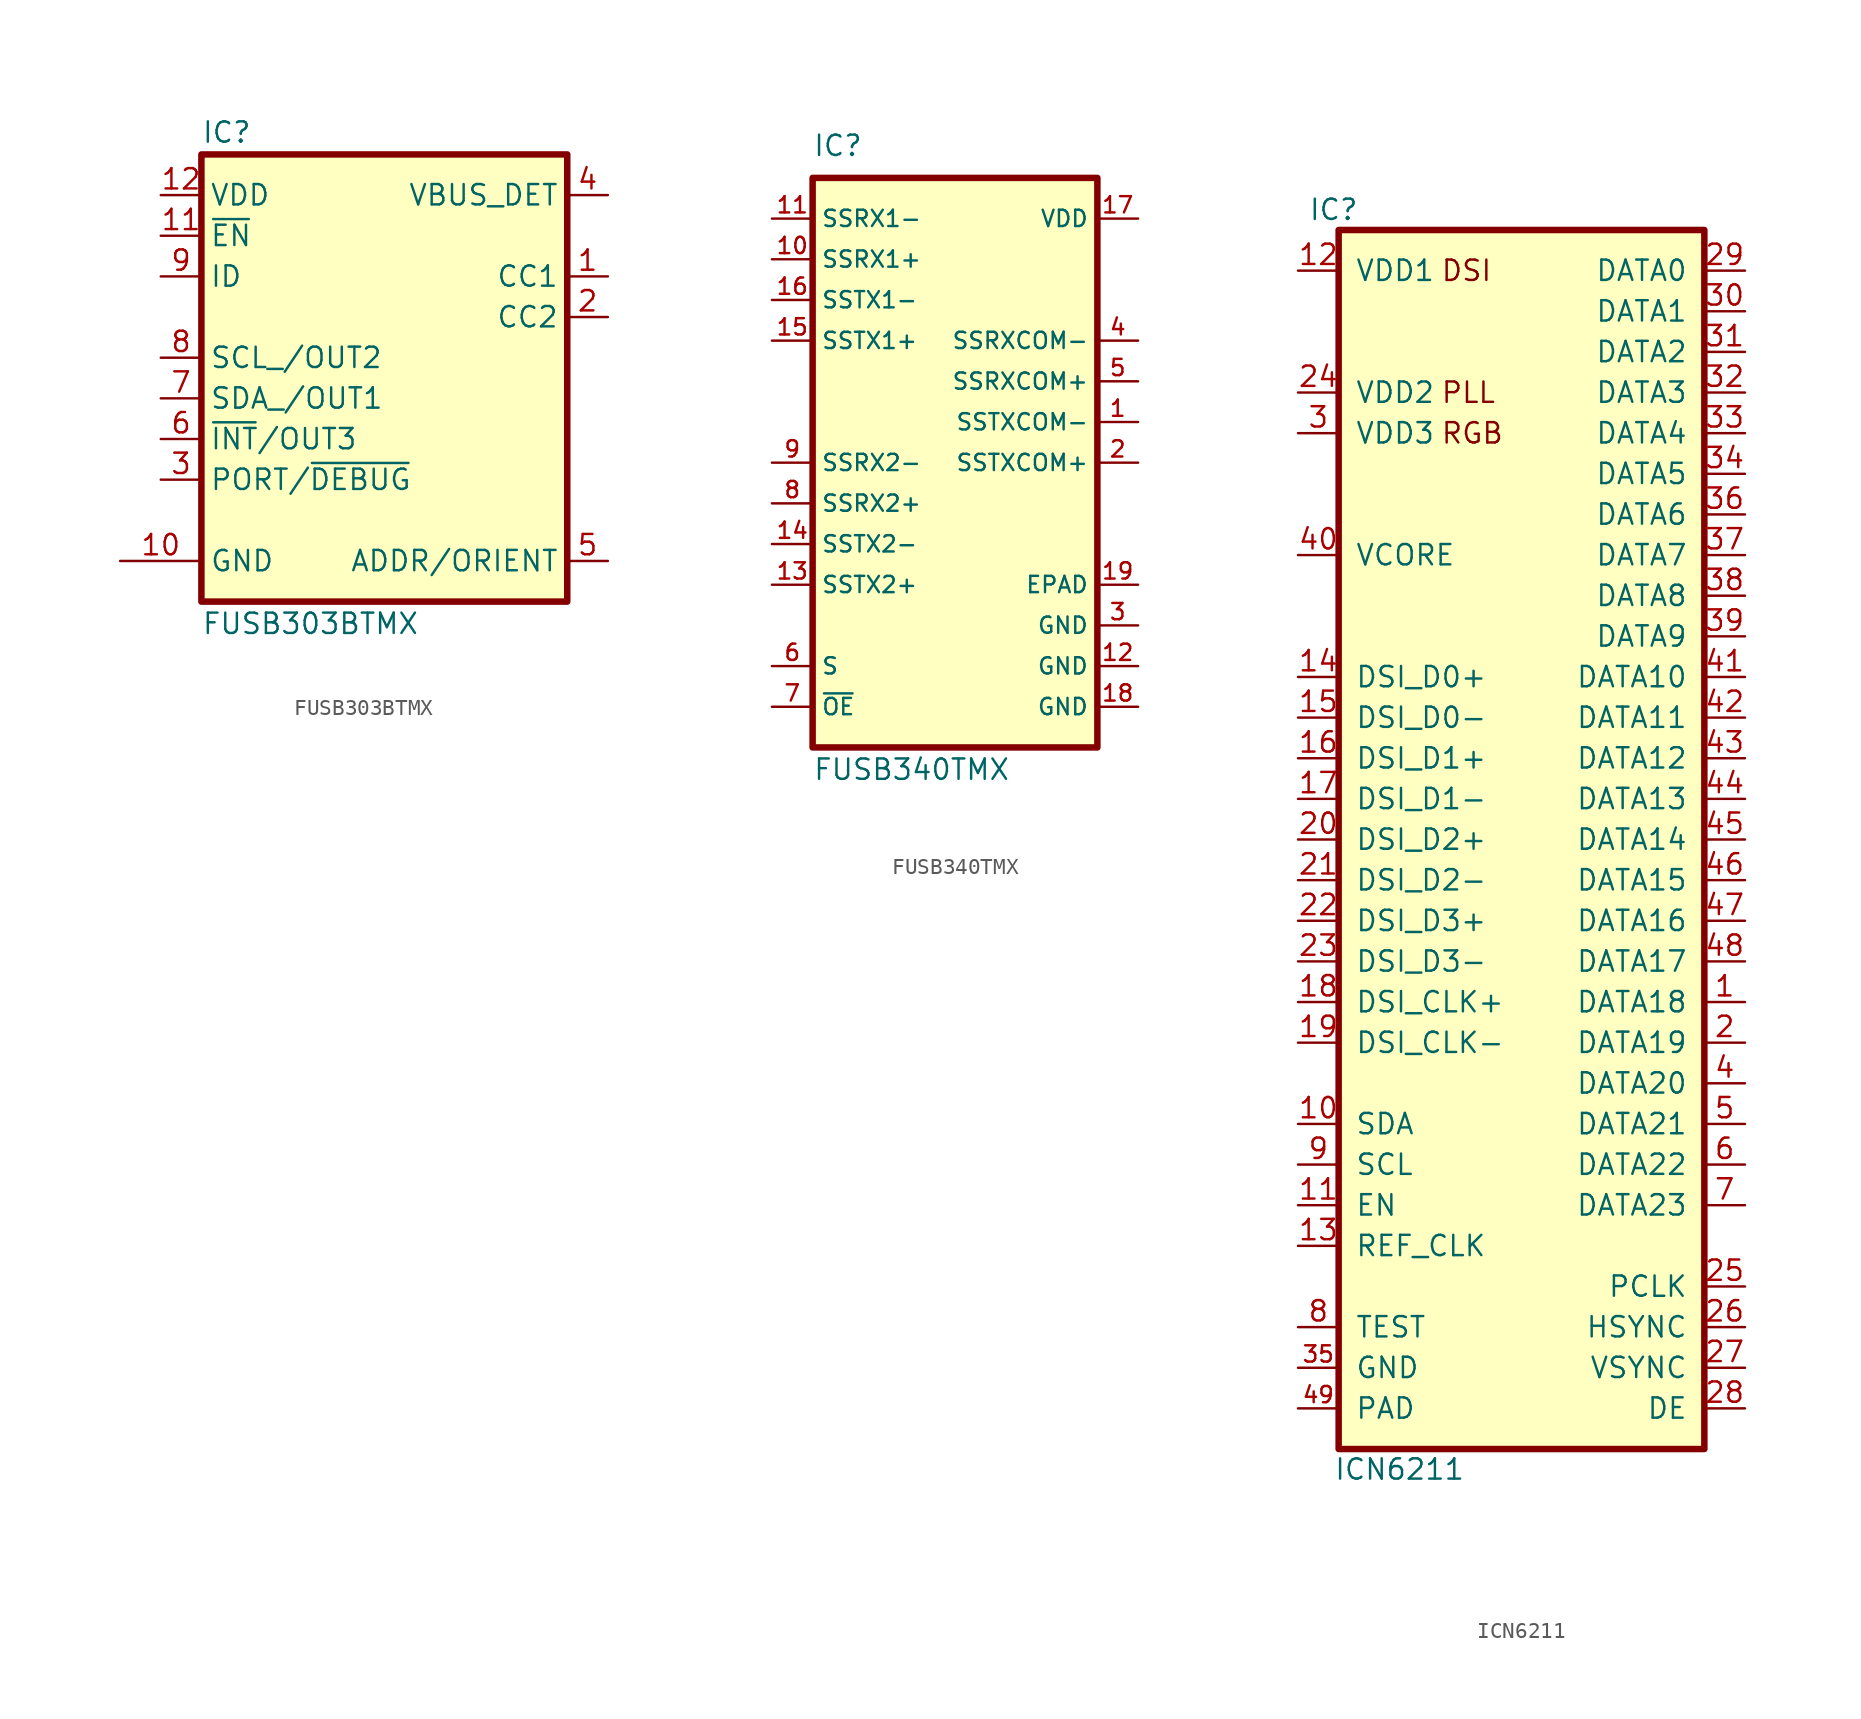
<source format=kicad_sym>
(kicad_symbol_lib
  (version 20241209)
  (generator "kicad_symbol_editor")
  (generator_version "9.0")
  (symbol "FUSB303BTMX"
    (property "Reference" "IC"
      (at 2.54 3.175 0)
      (do_not_autoplace)
      (effects (font (size 1.27 1.27)) (justify left bottom)))
    (property "Value" "FUSB303BTMX"
      (at 2.54 -26.035 0)
      (do_not_autoplace)
      (effects (font (size 1.27 1.27)) (justify left top)))
    (symbol "FUSB303BTMX_1_1"
      (rectangle (start 2.54 2.54) (end 25.4 -25.4) (stroke (width 0.406) (type solid)) (fill (type background)))
      (pin passive line (at -2.54 -22.86 0) (length 5.08) (name "GND" (effects (font (size 1.27 1.27)))) (number "10" (effects (font (size 1.27 1.27)))))
      (pin passive line (at 0 0 0) (length 2.54) (name "VDD" (effects (font (size 1.27 1.27)))) (number "12" (effects (font (size 1.27 1.27)))))
      (pin input line (at 0 -2.54 0) (length 2.54) (name "~{EN}" (effects (font (size 1.27 1.27)))) (number "11" (effects (font (size 1.27 1.27)))))
      (pin open_collector line (at 0 -5.08 0) (length 2.54) (name "ID" (effects (font (size 1.27 1.27)))) (number "9" (effects (font (size 1.27 1.27)))))
      (pin passive line (at 0 -10.16 0) (length 2.54) (name "SCL_/OUT2" (effects (font (size 1.27 1.27)))) (number "8" (effects (font (size 1.27 1.27)))))
      (pin passive line (at 0 -12.7 0) (length 2.54) (name "SDA_/OUT1" (effects (font (size 1.27 1.27)))) (number "7" (effects (font (size 1.27 1.27)))))
      (pin open_collector line (at 0 -15.24 0) (length 2.54) (name "~{INT}/OUT3" (effects (font (size 1.27 1.27)))) (number "6" (effects (font (size 1.27 1.27)))))
      (pin passive line (at 0 -17.78 0) (length 2.54) (name "PORT/~{DEBUG}" (effects (font (size 1.27 1.27)))) (number "3" (effects (font (size 1.27 1.27)))))
      (pin input line (at 27.94 0 180) (length 2.54) (name "VBUS_DET" (effects (font (size 1.27 1.27)))) (number "4" (effects (font (size 1.27 1.27)))))
      (pin passive line (at 27.94 -5.08 180) (length 2.54) (name "CC1" (effects (font (size 1.27 1.27)))) (number "1" (effects (font (size 1.27 1.27)))))
      (pin passive line (at 27.94 -7.62 180) (length 2.54) (name "CC2" (effects (font (size 1.27 1.27)))) (number "2" (effects (font (size 1.27 1.27)))))
      (pin passive line (at 27.94 -22.86 180) (length 2.54) (name "ADDR/ORIENT" (effects (font (size 1.27 1.27)))) (number "5" (effects (font (size 1.27 1.27)))))))
  (symbol "FUSB340TMX"
    (property "Reference" "IC"
      (at 2.54 29.21 0)
      (effects (font (size 1.27 1.27)) (justify left bottom)))
    (property "Value" "FUSB340TMX"
      (at 2.54 -8.255 0)
      (do_not_autoplace)
      (effects (font (size 1.27 1.27)) (justify left top)))
    (symbol "FUSB340TMX_1_0"
      (rectangle (start 2.54 27.94) (end 20.32 -7.62) (stroke (width 0.406) (type solid)) (fill (type background)))
      (pin bidirectional line (at 0 25.4 0) (length 2.54) (name "SSRX1-" (effects (font (size 1.016 1.016)))) (number "11" (effects (font (size 1.016 1.016)))))
      (pin bidirectional line (at 0 22.86 0) (length 2.54) (name "SSRX1+" (effects (font (size 1.016 1.016)))) (number "10" (effects (font (size 1.016 1.016)))))
      (pin bidirectional line (at 0 20.32 0) (length 2.54) (name "SSTX1-" (effects (font (size 1.016 1.016)))) (number "16" (effects (font (size 1.016 1.016)))))
      (pin bidirectional line (at 0 17.78 0) (length 2.54) (name "SSTX1+" (effects (font (size 1.016 1.016)))) (number "15" (effects (font (size 1.016 1.016)))))
      (pin bidirectional line (at 0 10.16 0) (length 2.54) (name "SSRX2-" (effects (font (size 1.016 1.016)))) (number "9" (effects (font (size 1.016 1.016)))))
      (pin bidirectional line (at 0 7.62 0) (length 2.54) (name "SSRX2+" (effects (font (size 1.016 1.016)))) (number "8" (effects (font (size 1.016 1.016)))))
      (pin bidirectional line (at 0 5.08 0) (length 2.54) (name "SSTX2-" (effects (font (size 1.016 1.016)))) (number "14" (effects (font (size 1.016 1.016)))))
      (pin bidirectional line (at 0 2.54 0) (length 2.54) (name "SSTX2+" (effects (font (size 1.016 1.016)))) (number "13" (effects (font (size 1.016 1.016)))))
      (pin input line (at 0 -2.54 0) (length 2.54) (name "S" (effects (font (size 1.016 1.016)))) (number "6" (effects (font (size 1.016 1.016)))))
      (pin input line (at 0 -5.08 0) (length 2.54) (name "~{OE}" (effects (font (size 1.016 1.016)))) (number "7" (effects (font (size 1.016 1.016)))))
      (pin power_in line (at 22.86 25.4 180) (length 2.54) (name "VDD" (effects (font (size 1.016 1.016)))) (number "17" (effects (font (size 1.016 1.016)))))
      (pin bidirectional line (at 22.86 17.78 180) (length 2.54) (name "SSRXCOM-" (effects (font (size 1.016 1.016)))) (number "4" (effects (font (size 1.016 1.016)))))
      (pin bidirectional line (at 22.86 15.24 180) (length 2.54) (name "SSRXCOM+" (effects (font (size 1.016 1.016)))) (number "5" (effects (font (size 1.016 1.016)))))
      (pin bidirectional line (at 22.86 12.7 180) (length 2.54) (name "SSTXCOM-" (effects (font (size 1.016 1.016)))) (number "1" (effects (font (size 1.016 1.016)))))
      (pin bidirectional line (at 22.86 10.16 180) (length 2.54) (name "SSTXCOM+" (effects (font (size 1.016 1.016)))) (number "2" (effects (font (size 1.016 1.016)))))
      (pin power_in line (at 22.86 2.54 180) (length 2.54) (name "EPAD" (effects (font (size 1.016 1.016)))) (number "19" (effects (font (size 1.016 1.016)))))
      (pin power_in line (at 22.86 0 180) (length 2.54) (name "GND" (effects (font (size 1.016 1.016)))) (number "3" (effects (font (size 1.016 1.016)))))
      (pin power_in line (at 22.86 -2.54 180) (length 2.54) (name "GND" (effects (font (size 1.016 1.016)))) (number "12" (effects (font (size 1.016 1.016)))))
      (pin power_in line (at 22.86 -5.08 180) (length 2.54) (name "GND" (effects (font (size 1.016 1.016)))) (number "18" (effects (font (size 1.016 1.016)))))))
  (symbol "ICN6211"
    (pin_names
      (offset 1.016))
    (property "Reference" "IC"
      (at 3.81 3.81 0)
      (effects (font (size 1.27 1.27)) (justify right)))
    (property "Value" "ICN6211"
      (at 6.35 -74.93 0)
      (effects (font (size 1.27 1.27))))
    (symbol "ICN6211_0_0"
      (text "DSI" (at 8.89 0 0) (effects (font (size 1.27 1.27)) (justify left)))
      (text "RGB" (at 8.89 -10.16 0) (effects (font (size 1.27 1.27)) (justify left))))
    (symbol "ICN6211_1_0"
      (text "PLL" (at 8.89 -7.62 0) (effects (font (size 1.27 1.27)) (justify left))))
    (symbol "ICN6211_1_1"
      (rectangle (start 2.54 2.54) (end 25.4 -73.66) (stroke (width 0.406) (type solid)) (fill (type background)))
      (pin power_in line (at 0 0 0) (length 2.54) (name "VDD1" (effects (font (size 1.27 1.27)))) (number "12" (effects (font (size 1.27 1.27)))))
      (pin power_in line (at 0 -7.62 0) (length 2.54) (name "VDD2" (effects (font (size 1.27 1.27)))) (number "24" (effects (font (size 1.27 1.27)))))
      (pin power_in line (at 0 -10.16 0) (length 2.54) (name "VDD3" (effects (font (size 1.27 1.27)))) (number "3" (effects (font (size 1.27 1.27)))))
      (pin power_out line (at 0 -17.78 0) (length 2.54) (name "VCORE" (effects (font (size 1.27 1.27)))) (number "40" (effects (font (size 1.27 1.27)))))
      (pin bidirectional line (at 0 -25.4 0) (length 2.54) (name "DSI_D0+" (effects (font (size 1.27 1.27)))) (number "14" (effects (font (size 1.27 1.27)))))
      (pin bidirectional line (at 0 -27.94 0) (length 2.54) (name "DSI_D0-" (effects (font (size 1.27 1.27)))) (number "15" (effects (font (size 1.27 1.27)))))
      (pin bidirectional line (at 0 -30.48 0) (length 2.54) (name "DSI_D1+" (effects (font (size 1.27 1.27)))) (number "16" (effects (font (size 1.27 1.27)))))
      (pin bidirectional line (at 0 -33.02 0) (length 2.54) (name "DSI_D1-" (effects (font (size 1.27 1.27)))) (number "17" (effects (font (size 1.27 1.27)))))
      (pin bidirectional line (at 0 -35.56 0) (length 2.54) (name "DSI_D2+" (effects (font (size 1.27 1.27)))) (number "20" (effects (font (size 1.27 1.27)))))
      (pin bidirectional line (at 0 -38.1 0) (length 2.54) (name "DSI_D2-" (effects (font (size 1.27 1.27)))) (number "21" (effects (font (size 1.27 1.27)))))
      (pin bidirectional line (at 0 -40.64 0) (length 2.54) (name "DSI_D3+" (effects (font (size 1.27 1.27)))) (number "22" (effects (font (size 1.27 1.27)))))
      (pin bidirectional line (at 0 -43.18 0) (length 2.54) (name "DSI_D3-" (effects (font (size 1.27 1.27)))) (number "23" (effects (font (size 1.27 1.27)))))
      (pin bidirectional line (at 0 -45.72 0) (length 2.54) (name "DSI_CLK+" (effects (font (size 1.27 1.27)))) (number "18" (effects (font (size 1.27 1.27)))))
      (pin bidirectional line (at 0 -48.26 0) (length 2.54) (name "DSI_CLK-" (effects (font (size 1.27 1.27)))) (number "19" (effects (font (size 1.27 1.27)))))
      (pin bidirectional line (at 0 -53.34 0) (length 2.54) (name "SDA" (effects (font (size 1.27 1.27)))) (number "10" (effects (font (size 1.27 1.27)))))
      (pin input line (at 0 -55.88 0) (length 2.54) (name "SCL" (effects (font (size 1.27 1.27)))) (number "9" (effects (font (size 1.27 1.27)))))
      (pin input line (at 0 -58.42 0) (length 2.54) (name "EN" (effects (font (size 1.27 1.27)))) (number "11" (effects (font (size 1.27 1.27)))))
      (pin input line (at 0 -60.96 0) (length 2.54) (name "REF_CLK" (effects (font (size 1.27 1.27)))) (number "13" (effects (font (size 1.27 1.27)))))
      (pin input line (at 0 -66.04 0) (length 2.54) (name "TEST" (effects (font (size 1.27 1.27)))) (number "8" (effects (font (size 1.27 1.27)))))
      (pin power_in line (at 0 -68.58 0) (length 2.54) (name "GND" (effects (font (size 1.27 1.27)))) (number "35" (effects (font (size 1.016 1.016)))))
      (pin passive line (at 0 -71.12 0) (length 2.54) (name "PAD" (effects (font (size 1.27 1.27)))) (number "49" (effects (font (size 1.016 1.016)))))
      (pin output line (at 27.94 0 180) (length 2.54) (name "DATA0" (effects (font (size 1.27 1.27)))) (number "29" (effects (font (size 1.27 1.27)))))
      (pin output line (at 27.94 -2.54 180) (length 2.54) (name "DATA1" (effects (font (size 1.27 1.27)))) (number "30" (effects (font (size 1.27 1.27)))))
      (pin output line (at 27.94 -5.08 180) (length 2.54) (name "DATA2" (effects (font (size 1.27 1.27)))) (number "31" (effects (font (size 1.27 1.27)))))
      (pin output line (at 27.94 -7.62 180) (length 2.54) (name "DATA3" (effects (font (size 1.27 1.27)))) (number "32" (effects (font (size 1.27 1.27)))))
      (pin output line (at 27.94 -10.16 180) (length 2.54) (name "DATA4" (effects (font (size 1.27 1.27)))) (number "33" (effects (font (size 1.27 1.27)))))
      (pin output line (at 27.94 -12.7 180) (length 2.54) (name "DATA5" (effects (font (size 1.27 1.27)))) (number "34" (effects (font (size 1.27 1.27)))))
      (pin output line (at 27.94 -15.24 180) (length 2.54) (name "DATA6" (effects (font (size 1.27 1.27)))) (number "36" (effects (font (size 1.27 1.27)))))
      (pin output line (at 27.94 -17.78 180) (length 2.54) (name "DATA7" (effects (font (size 1.27 1.27)))) (number "37" (effects (font (size 1.27 1.27)))))
      (pin output line (at 27.94 -20.32 180) (length 2.54) (name "DATA8" (effects (font (size 1.27 1.27)))) (number "38" (effects (font (size 1.27 1.27)))))
      (pin output line (at 27.94 -22.86 180) (length 2.54) (name "DATA9" (effects (font (size 1.27 1.27)))) (number "39" (effects (font (size 1.27 1.27)))))
      (pin output line (at 27.94 -25.4 180) (length 2.54) (name "DATA10" (effects (font (size 1.27 1.27)))) (number "41" (effects (font (size 1.27 1.27)))))
      (pin output line (at 27.94 -27.94 180) (length 2.54) (name "DATA11" (effects (font (size 1.27 1.27)))) (number "42" (effects (font (size 1.27 1.27)))))
      (pin output line (at 27.94 -30.48 180) (length 2.54) (name "DATA12" (effects (font (size 1.27 1.27)))) (number "43" (effects (font (size 1.27 1.27)))))
      (pin output line (at 27.94 -33.02 180) (length 2.54) (name "DATA13" (effects (font (size 1.27 1.27)))) (number "44" (effects (font (size 1.27 1.27)))))
      (pin output line (at 27.94 -35.56 180) (length 2.54) (name "DATA14" (effects (font (size 1.27 1.27)))) (number "45" (effects (font (size 1.27 1.27)))))
      (pin output line (at 27.94 -38.1 180) (length 2.54) (name "DATA15" (effects (font (size 1.27 1.27)))) (number "46" (effects (font (size 1.27 1.27)))))
      (pin output line (at 27.94 -40.64 180) (length 2.54) (name "DATA16" (effects (font (size 1.27 1.27)))) (number "47" (effects (font (size 1.27 1.27)))))
      (pin output line (at 27.94 -43.18 180) (length 2.54) (name "DATA17" (effects (font (size 1.27 1.27)))) (number "48" (effects (font (size 1.27 1.27)))))
      (pin output line (at 27.94 -45.72 180) (length 2.54) (name "DATA18" (effects (font (size 1.27 1.27)))) (number "1" (effects (font (size 1.27 1.27)))))
      (pin output line (at 27.94 -48.26 180) (length 2.54) (name "DATA19" (effects (font (size 1.27 1.27)))) (number "2" (effects (font (size 1.27 1.27)))))
      (pin output line (at 27.94 -50.8 180) (length 2.54) (name "DATA20" (effects (font (size 1.27 1.27)))) (number "4" (effects (font (size 1.27 1.27)))))
      (pin output line (at 27.94 -53.34 180) (length 2.54) (name "DATA21" (effects (font (size 1.27 1.27)))) (number "5" (effects (font (size 1.27 1.27)))))
      (pin output line (at 27.94 -55.88 180) (length 2.54) (name "DATA22" (effects (font (size 1.27 1.27)))) (number "6" (effects (font (size 1.27 1.27)))))
      (pin output line (at 27.94 -58.42 180) (length 2.54) (name "DATA23" (effects (font (size 1.27 1.27)))) (number "7" (effects (font (size 1.27 1.27)))))
      (pin output line (at 27.94 -63.5 180) (length 2.54) (name "PCLK" (effects (font (size 1.27 1.27)))) (number "25" (effects (font (size 1.27 1.27)))))
      (pin output line (at 27.94 -66.04 180) (length 2.54) (name "HSYNC" (effects (font (size 1.27 1.27)))) (number "26" (effects (font (size 1.27 1.27)))))
      (pin output line (at 27.94 -68.58 180) (length 2.54) (name "VSYNC" (effects (font (size 1.27 1.27)))) (number "27" (effects (font (size 1.27 1.27)))))
      (pin output line (at 27.94 -71.12 180) (length 2.54) (name "DE" (effects (font (size 1.27 1.27)))) (number "28" (effects (font (size 1.27 1.27))))))))
</source>
